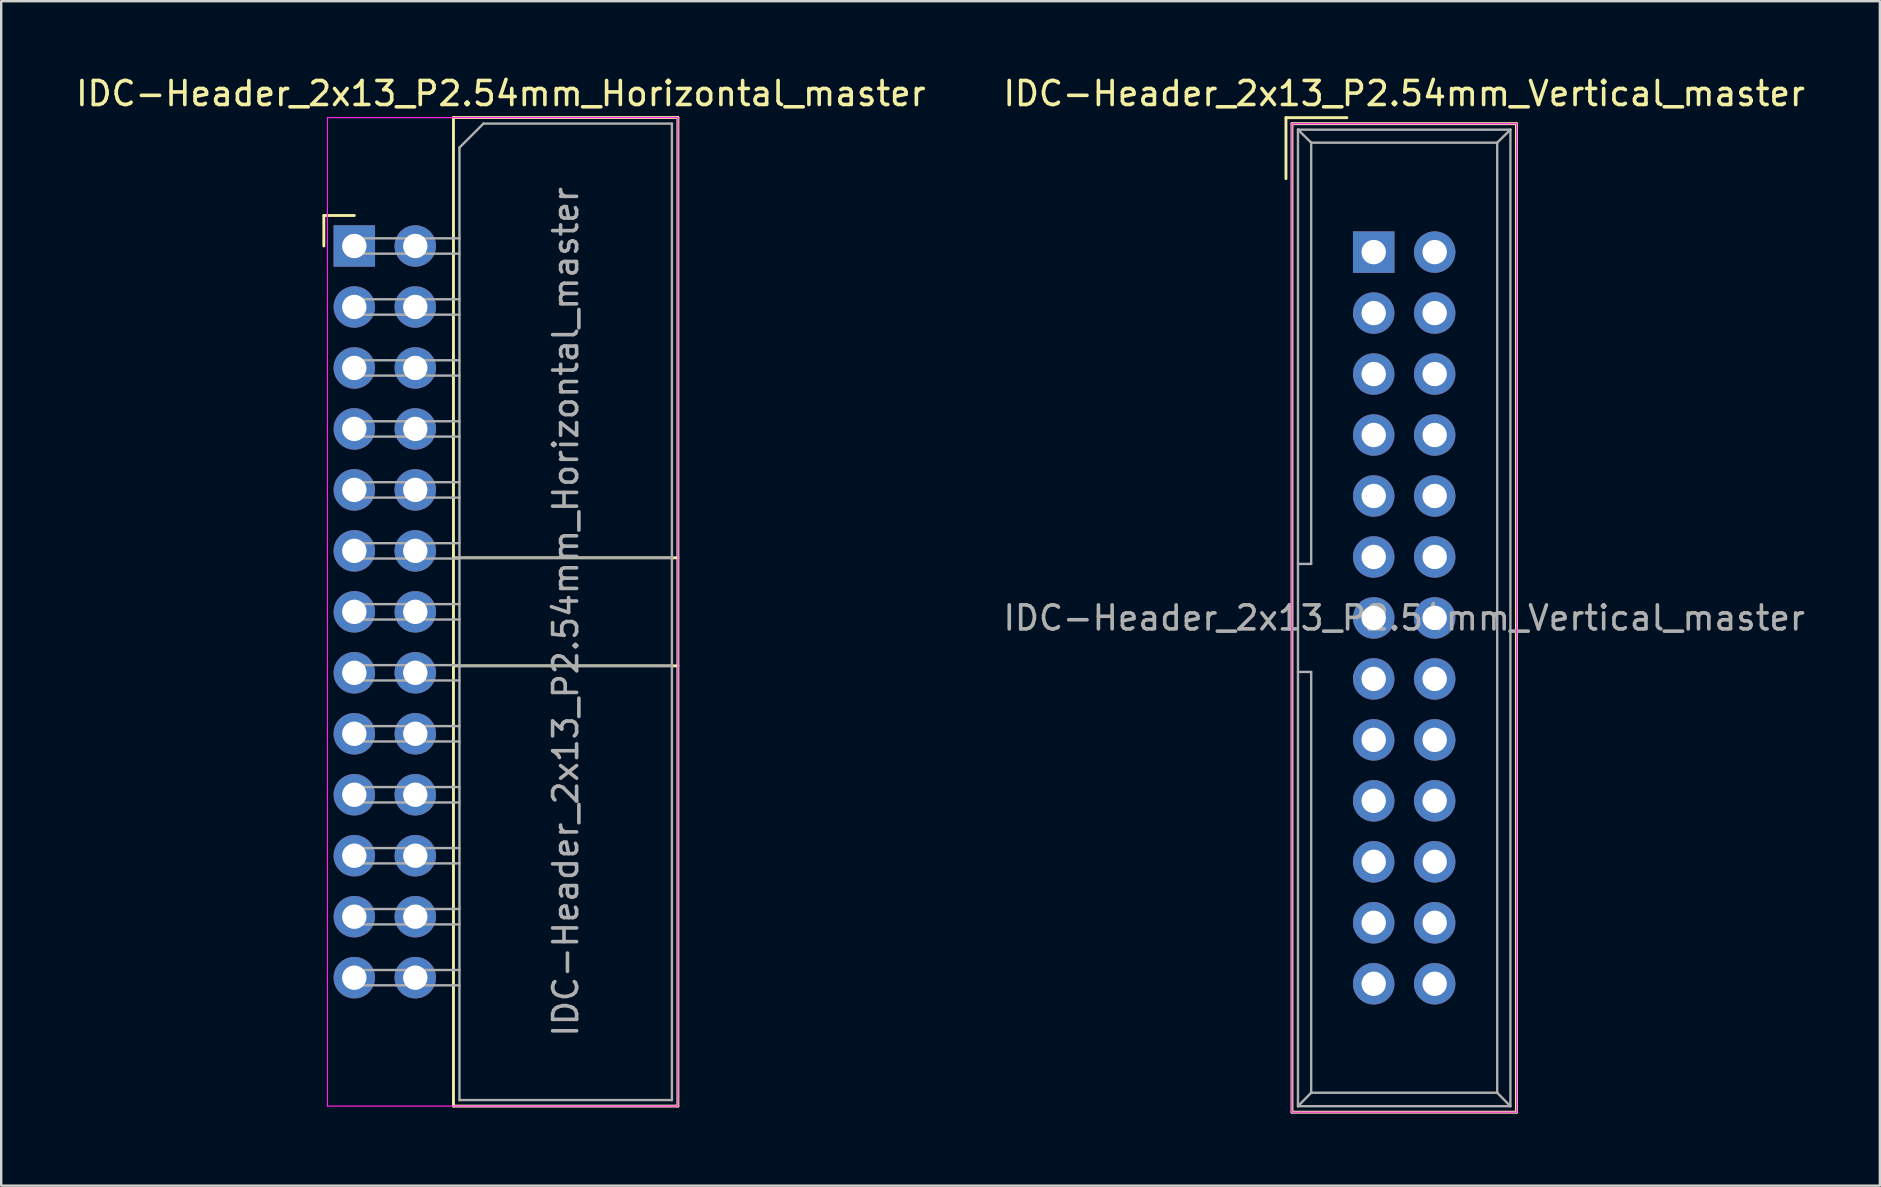
<source format=kicad_pcb>
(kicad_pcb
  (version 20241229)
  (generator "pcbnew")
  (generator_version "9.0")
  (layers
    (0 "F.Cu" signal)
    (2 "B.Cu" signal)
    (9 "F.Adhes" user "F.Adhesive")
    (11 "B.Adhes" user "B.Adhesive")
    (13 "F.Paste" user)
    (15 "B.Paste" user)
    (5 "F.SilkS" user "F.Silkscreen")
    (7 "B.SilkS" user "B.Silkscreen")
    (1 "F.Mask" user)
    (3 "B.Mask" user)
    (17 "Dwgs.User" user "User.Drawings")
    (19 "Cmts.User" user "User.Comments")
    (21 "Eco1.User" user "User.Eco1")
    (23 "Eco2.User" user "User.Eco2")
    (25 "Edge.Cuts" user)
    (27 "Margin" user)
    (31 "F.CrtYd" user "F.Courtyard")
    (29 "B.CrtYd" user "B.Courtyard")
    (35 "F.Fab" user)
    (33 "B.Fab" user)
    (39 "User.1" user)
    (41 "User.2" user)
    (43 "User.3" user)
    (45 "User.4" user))
  (footprint "IDC-Header_2x13_P2.54mm_Horizontal_master"
    (layer "F.Cu")
    (at 11.71 7.198)
    (property "Reference" "IDC-Header_2x13_P2.54mm_Horizontal_master" (at 6.105 -6.35 0) (layer "F.SilkS") (effects (font (size 1 1) (thickness 0.15))))
    (attr through_hole)
    (fp_line (start -1.27 -1.27) (end -1.27 0) (stroke (width 0.12) (type solid)) (layer "F.SilkS"))
    (fp_line (start 0 -1.27) (end -1.27 -1.27) (stroke (width 0.12) (type solid)) (layer "F.SilkS"))
    (fp_line (start 4.13 -5.35) (end 13.48 -5.35) (stroke (width 0.12) (type solid)) (layer "F.SilkS"))
    (fp_line (start 4.13 12.99) (end 13.48 12.99) (stroke (width 0.12) (type solid)) (layer "F.SilkS"))
    (fp_line (start 4.13 17.49) (end 13.48 17.49) (stroke (width 0.12) (type solid)) (layer "F.SilkS"))
    (fp_line (start 4.13 35.83) (end 4.13 -5.35) (stroke (width 0.12) (type solid)) (layer "F.SilkS"))
    (fp_line (start 4.13 35.83) (end 13.48 35.83) (stroke (width 0.12) (type solid)) (layer "F.SilkS"))
    (fp_line (start 13.48 -5.35) (end 13.48 35.83) (stroke (width 0.12) (type solid)) (layer "F.SilkS"))
    (fp_line (start -1.12 -5.35) (end 13.48 -5.35) (stroke (width 0.05) (type solid)) (layer "F.CrtYd"))
    (fp_line (start -1.12 35.83) (end -1.12 -5.35) (stroke (width 0.05) (type solid)) (layer "F.CrtYd"))
    (fp_line (start 13.48 -5.35) (end 13.48 35.83) (stroke (width 0.05) (type solid)) (layer "F.CrtYd"))
    (fp_line (start 13.48 35.83) (end -1.12 35.83) (stroke (width 0.05) (type solid)) (layer "F.CrtYd"))
    (fp_line (start -0.32 -0.32) (end -0.32 0.32) (stroke (width 0.1) (type solid)) (layer "F.Fab"))
    (fp_line (start -0.32 0.32) (end 4.38 0.32) (stroke (width 0.1) (type solid)) (layer "F.Fab"))
    (fp_line (start -0.32 2.22) (end -0.32 2.86) (stroke (width 0.1) (type solid)) (layer "F.Fab"))
    (fp_line (start -0.32 2.86) (end 4.38 2.86) (stroke (width 0.1) (type solid)) (layer "F.Fab"))
    (fp_line (start -0.32 4.76) (end -0.32 5.4) (stroke (width 0.1) (type solid)) (layer "F.Fab"))
    (fp_line (start -0.32 5.4) (end 4.38 5.4) (stroke (width 0.1) (type solid)) (layer "F.Fab"))
    (fp_line (start -0.32 7.3) (end -0.32 7.94) (stroke (width 0.1) (type solid)) (layer "F.Fab"))
    (fp_line (start -0.32 7.94) (end 4.38 7.94) (stroke (width 0.1) (type solid)) (layer "F.Fab"))
    (fp_line (start -0.32 9.84) (end -0.32 10.48) (stroke (width 0.1) (type solid)) (layer "F.Fab"))
    (fp_line (start -0.32 10.48) (end 4.38 10.48) (stroke (width 0.1) (type solid)) (layer "F.Fab"))
    (fp_line (start -0.32 12.38) (end -0.32 13.02) (stroke (width 0.1) (type solid)) (layer "F.Fab"))
    (fp_line (start -0.32 13.02) (end 4.38 13.02) (stroke (width 0.1) (type solid)) (layer "F.Fab"))
    (fp_line (start -0.32 14.92) (end -0.32 15.56) (stroke (width 0.1) (type solid)) (layer "F.Fab"))
    (fp_line (start -0.32 15.56) (end 4.38 15.56) (stroke (width 0.1) (type solid)) (layer "F.Fab"))
    (fp_line (start -0.32 17.46) (end -0.32 18.1) (stroke (width 0.1) (type solid)) (layer "F.Fab"))
    (fp_line (start -0.32 18.1) (end 4.38 18.1) (stroke (width 0.1) (type solid)) (layer "F.Fab"))
    (fp_line (start -0.32 20) (end -0.32 20.64) (stroke (width 0.1) (type solid)) (layer "F.Fab"))
    (fp_line (start -0.32 20.64) (end 4.38 20.64) (stroke (width 0.1) (type solid)) (layer "F.Fab"))
    (fp_line (start -0.32 22.54) (end -0.32 23.18) (stroke (width 0.1) (type solid)) (layer "F.Fab"))
    (fp_line (start -0.32 23.18) (end 4.38 23.18) (stroke (width 0.1) (type solid)) (layer "F.Fab"))
    (fp_line (start -0.32 25.08) (end -0.32 25.72) (stroke (width 0.1) (type solid)) (layer "F.Fab"))
    (fp_line (start -0.32 25.72) (end 4.38 25.72) (stroke (width 0.1) (type solid)) (layer "F.Fab"))
    (fp_line (start -0.32 27.62) (end -0.32 28.26) (stroke (width 0.1) (type solid)) (layer "F.Fab"))
    (fp_line (start -0.32 28.26) (end 4.38 28.26) (stroke (width 0.1) (type solid)) (layer "F.Fab"))
    (fp_line (start -0.32 30.16) (end -0.32 30.8) (stroke (width 0.1) (type solid)) (layer "F.Fab"))
    (fp_line (start -0.32 30.8) (end 4.38 30.8) (stroke (width 0.1) (type solid)) (layer "F.Fab"))
    (fp_line (start 4.38 -4.1) (end 5.38 -5.1) (stroke (width 0.1) (type solid)) (layer "F.Fab"))
    (fp_line (start 4.38 -0.32) (end -0.32 -0.32) (stroke (width 0.1) (type solid)) (layer "F.Fab"))
    (fp_line (start 4.38 2.22) (end -0.32 2.22) (stroke (width 0.1) (type solid)) (layer "F.Fab"))
    (fp_line (start 4.38 4.76) (end -0.32 4.76) (stroke (width 0.1) (type solid)) (layer "F.Fab"))
    (fp_line (start 4.38 7.3) (end -0.32 7.3) (stroke (width 0.1) (type solid)) (layer "F.Fab"))
    (fp_line (start 4.38 9.84) (end -0.32 9.84) (stroke (width 0.1) (type solid)) (layer "F.Fab"))
    (fp_line (start 4.38 12.38) (end -0.32 12.38) (stroke (width 0.1) (type solid)) (layer "F.Fab"))
    (fp_line (start 4.38 12.99) (end 13.23 12.99) (stroke (width 0.1) (type solid)) (layer "F.Fab"))
    (fp_line (start 4.38 14.92) (end -0.32 14.92) (stroke (width 0.1) (type solid)) (layer "F.Fab"))
    (fp_line (start 4.38 17.46) (end -0.32 17.46) (stroke (width 0.1) (type solid)) (layer "F.Fab"))
    (fp_line (start 4.38 17.49) (end 13.23 17.49) (stroke (width 0.1) (type solid)) (layer "F.Fab"))
    (fp_line (start 4.38 20) (end -0.32 20) (stroke (width 0.1) (type solid)) (layer "F.Fab"))
    (fp_line (start 4.38 22.54) (end -0.32 22.54) (stroke (width 0.1) (type solid)) (layer "F.Fab"))
    (fp_line (start 4.38 25.08) (end -0.32 25.08) (stroke (width 0.1) (type solid)) (layer "F.Fab"))
    (fp_line (start 4.38 27.62) (end -0.32 27.62) (stroke (width 0.1) (type solid)) (layer "F.Fab"))
    (fp_line (start 4.38 30.16) (end -0.32 30.16) (stroke (width 0.1) (type solid)) (layer "F.Fab"))
    (fp_line (start 4.38 35.58) (end 4.38 -4.1) (stroke (width 0.1) (type solid)) (layer "F.Fab"))
    (fp_line (start 4.38 35.58) (end 13.23 35.58) (stroke (width 0.1) (type solid)) (layer "F.Fab"))
    (fp_line (start 5.38 -5.1) (end 13.23 -5.1) (stroke (width 0.1) (type solid)) (layer "F.Fab"))
    (fp_line (start 13.23 35.58) (end 13.23 -5.1) (stroke (width 0.1) (type solid)) (layer "F.Fab"))
    (fp_text user "${REFERENCE}" (at 8.805 15.24 90) (layer "F.Fab") (effects (font (size 1 1) (thickness 0.15))))
    (pad "1" thru_hole rect (at 0 0) (size 1.727 1.727) (drill 1.016) (layers "*.Cu" "*.Mask"))
    (pad "2" thru_hole oval (at 2.54 0) (size 1.727 1.727) (drill 1.016) (layers "*.Cu" "*.Mask"))
    (pad "3" thru_hole oval (at 0 2.54) (size 1.727 1.727) (drill 1.016) (layers "*.Cu" "*.Mask"))
    (pad "4" thru_hole oval (at 2.54 2.54) (size 1.727 1.727) (drill 1.016) (layers "*.Cu" "*.Mask"))
    (pad "5" thru_hole oval (at 0 5.08) (size 1.727 1.727) (drill 1.016) (layers "*.Cu" "*.Mask"))
    (pad "6" thru_hole oval (at 2.54 5.08) (size 1.727 1.727) (drill 1.016) (layers "*.Cu" "*.Mask"))
    (pad "7" thru_hole oval (at 0 7.62) (size 1.727 1.727) (drill 1.016) (layers "*.Cu" "*.Mask"))
    (pad "8" thru_hole oval (at 2.54 7.62) (size 1.727 1.727) (drill 1.016) (layers "*.Cu" "*.Mask"))
    (pad "9" thru_hole oval (at 0 10.16) (size 1.727 1.727) (drill 1.016) (layers "*.Cu" "*.Mask"))
    (pad "10" thru_hole oval (at 2.54 10.16) (size 1.727 1.727) (drill 1.016) (layers "*.Cu" "*.Mask"))
    (pad "11" thru_hole oval (at 0 12.7) (size 1.727 1.727) (drill 1.016) (layers "*.Cu" "*.Mask"))
    (pad "12" thru_hole oval (at 2.54 12.7) (size 1.727 1.727) (drill 1.016) (layers "*.Cu" "*.Mask"))
    (pad "13" thru_hole oval (at 0 15.24) (size 1.727 1.727) (drill 1.016) (layers "*.Cu" "*.Mask"))
    (pad "14" thru_hole oval (at 2.54 15.24) (size 1.727 1.727) (drill 1.016) (layers "*.Cu" "*.Mask"))
    (pad "15" thru_hole oval (at 0 17.78) (size 1.727 1.727) (drill 1.016) (layers "*.Cu" "*.Mask"))
    (pad "16" thru_hole oval (at 2.54 17.78) (size 1.727 1.727) (drill 1.016) (layers "*.Cu" "*.Mask"))
    (pad "17" thru_hole oval (at 0 20.32) (size 1.727 1.727) (drill 1.016) (layers "*.Cu" "*.Mask"))
    (pad "18" thru_hole oval (at 2.54 20.32) (size 1.727 1.727) (drill 1.016) (layers "*.Cu" "*.Mask"))
    (pad "19" thru_hole oval (at 0 22.86) (size 1.727 1.727) (drill 1.016) (layers "*.Cu" "*.Mask"))
    (pad "20" thru_hole oval (at 2.54 22.86) (size 1.727 1.727) (drill 1.016) (layers "*.Cu" "*.Mask"))
    (pad "21" thru_hole oval (at 0 25.4) (size 1.727 1.727) (drill 1.016) (layers "*.Cu" "*.Mask"))
    (pad "22" thru_hole oval (at 2.54 25.4) (size 1.727 1.727) (drill 1.016) (layers "*.Cu" "*.Mask"))
    (pad "23" thru_hole oval (at 0 27.94) (size 1.727 1.727) (drill 1.016) (layers "*.Cu" "*.Mask"))
    (pad "24" thru_hole oval (at 2.54 27.94) (size 1.727 1.727) (drill 1.016) (layers "*.Cu" "*.Mask"))
    (pad "25" thru_hole oval (at 0 30.48) (size 1.727 1.727) (drill 1.016) (layers "*.Cu" "*.Mask"))
    (pad "26" thru_hole oval (at 2.54 30.48) (size 1.727 1.727) (drill 1.016) (layers "*.Cu" "*.Mask")))
  (footprint "IDC-Header_2x13_P2.54mm_Vertical_master"
    (layer "F.Cu")
    (at 54.176 7.452)
    (property "Reference" "IDC-Header_2x13_P2.54mm_Vertical_master" (at 1.27 -6.604 0) (layer "F.SilkS") (effects (font (size 1 1) (thickness 0.15))))
    (attr through_hole)
    (fp_line (start -3.655 -5.6) (end -3.655 -3.06) (stroke (width 0.12) (type solid)) (layer "F.SilkS"))
    (fp_line (start -3.655 -5.6) (end -1.115 -5.6) (stroke (width 0.12) (type solid)) (layer "F.SilkS"))
    (fp_line (start -3.405 -5.35) (end 5.945 -5.35) (stroke (width 0.12) (type solid)) (layer "F.SilkS"))
    (fp_line (start -3.405 35.83) (end -3.405 -5.35) (stroke (width 0.12) (type solid)) (layer "F.SilkS"))
    (fp_line (start 5.945 -5.35) (end 5.945 35.83) (stroke (width 0.12) (type solid)) (layer "F.SilkS"))
    (fp_line (start 5.945 35.83) (end -3.405 35.83) (stroke (width 0.12) (type solid)) (layer "F.SilkS"))
    (fp_line (start -3.41 -5.35) (end 5.95 -5.35) (stroke (width 0.05) (type solid)) (layer "F.CrtYd"))
    (fp_line (start -3.41 35.83) (end -3.41 -5.35) (stroke (width 0.05) (type solid)) (layer "F.CrtYd"))
    (fp_line (start 5.95 -5.35) (end 5.95 35.83) (stroke (width 0.05) (type solid)) (layer "F.CrtYd"))
    (fp_line (start 5.95 35.83) (end -3.41 35.83) (stroke (width 0.05) (type solid)) (layer "F.CrtYd"))
    (fp_line (start -3.155 -5.1) (end -3.155 35.58) (stroke (width 0.1) (type solid)) (layer "F.Fab"))
    (fp_line (start -3.155 -5.1) (end -2.605 -4.56) (stroke (width 0.1) (type solid)) (layer "F.Fab"))
    (fp_line (start -3.155 35.58) (end -2.605 35.02) (stroke (width 0.1) (type solid)) (layer "F.Fab"))
    (fp_line (start -2.605 -4.56) (end -2.605 12.99) (stroke (width 0.1) (type solid)) (layer "F.Fab"))
    (fp_line (start -2.605 12.99) (end -3.155 12.99) (stroke (width 0.1) (type solid)) (layer "F.Fab"))
    (fp_line (start -2.605 17.49) (end -3.155 17.49) (stroke (width 0.1) (type solid)) (layer "F.Fab"))
    (fp_line (start -2.605 17.49) (end -2.605 35.02) (stroke (width 0.1) (type solid)) (layer "F.Fab"))
    (fp_line (start 5.145 -4.56) (end -2.605 -4.56) (stroke (width 0.1) (type solid)) (layer "F.Fab"))
    (fp_line (start 5.145 -4.56) (end 5.145 35.02) (stroke (width 0.1) (type solid)) (layer "F.Fab"))
    (fp_line (start 5.145 35.02) (end -2.605 35.02) (stroke (width 0.1) (type solid)) (layer "F.Fab"))
    (fp_line (start 5.695 -5.1) (end -3.155 -5.1) (stroke (width 0.1) (type solid)) (layer "F.Fab"))
    (fp_line (start 5.695 -5.1) (end 5.145 -4.56) (stroke (width 0.1) (type solid)) (layer "F.Fab"))
    (fp_line (start 5.695 -5.1) (end 5.695 35.58) (stroke (width 0.1) (type solid)) (layer "F.Fab"))
    (fp_line (start 5.695 35.58) (end -3.155 35.58) (stroke (width 0.1) (type solid)) (layer "F.Fab"))
    (fp_line (start 5.695 35.58) (end 5.145 35.02) (stroke (width 0.1) (type solid)) (layer "F.Fab"))
    (fp_text user "${REFERENCE}" (at 1.27 15.24 0) (layer "F.Fab") (effects (font (size 1 1) (thickness 0.15))))
    (pad "1" thru_hole rect (at 0 0) (size 1.727 1.727) (drill 1.016) (layers "*.Cu" "*.Mask"))
    (pad "2" thru_hole oval (at 2.54 0) (size 1.727 1.727) (drill 1.016) (layers "*.Cu" "*.Mask"))
    (pad "3" thru_hole oval (at 0 2.54) (size 1.727 1.727) (drill 1.016) (layers "*.Cu" "*.Mask"))
    (pad "4" thru_hole oval (at 2.54 2.54) (size 1.727 1.727) (drill 1.016) (layers "*.Cu" "*.Mask"))
    (pad "5" thru_hole oval (at 0 5.08) (size 1.727 1.727) (drill 1.016) (layers "*.Cu" "*.Mask"))
    (pad "6" thru_hole oval (at 2.54 5.08) (size 1.727 1.727) (drill 1.016) (layers "*.Cu" "*.Mask"))
    (pad "7" thru_hole oval (at 0 7.62) (size 1.727 1.727) (drill 1.016) (layers "*.Cu" "*.Mask"))
    (pad "8" thru_hole oval (at 2.54 7.62) (size 1.727 1.727) (drill 1.016) (layers "*.Cu" "*.Mask"))
    (pad "9" thru_hole oval (at 0 10.16) (size 1.727 1.727) (drill 1.016) (layers "*.Cu" "*.Mask"))
    (pad "10" thru_hole oval (at 2.54 10.16) (size 1.727 1.727) (drill 1.016) (layers "*.Cu" "*.Mask"))
    (pad "11" thru_hole oval (at 0 12.7) (size 1.727 1.727) (drill 1.016) (layers "*.Cu" "*.Mask"))
    (pad "12" thru_hole oval (at 2.54 12.7) (size 1.727 1.727) (drill 1.016) (layers "*.Cu" "*.Mask"))
    (pad "13" thru_hole oval (at 0 15.24) (size 1.727 1.727) (drill 1.016) (layers "*.Cu" "*.Mask"))
    (pad "14" thru_hole oval (at 2.54 15.24) (size 1.727 1.727) (drill 1.016) (layers "*.Cu" "*.Mask"))
    (pad "15" thru_hole oval (at 0 17.78) (size 1.727 1.727) (drill 1.016) (layers "*.Cu" "*.Mask"))
    (pad "16" thru_hole oval (at 2.54 17.78) (size 1.727 1.727) (drill 1.016) (layers "*.Cu" "*.Mask"))
    (pad "17" thru_hole oval (at 0 20.32) (size 1.727 1.727) (drill 1.016) (layers "*.Cu" "*.Mask"))
    (pad "18" thru_hole oval (at 2.54 20.32) (size 1.727 1.727) (drill 1.016) (layers "*.Cu" "*.Mask"))
    (pad "19" thru_hole oval (at 0 22.86) (size 1.727 1.727) (drill 1.016) (layers "*.Cu" "*.Mask"))
    (pad "20" thru_hole oval (at 2.54 22.86) (size 1.727 1.727) (drill 1.016) (layers "*.Cu" "*.Mask"))
    (pad "21" thru_hole oval (at 0 25.4) (size 1.727 1.727) (drill 1.016) (layers "*.Cu" "*.Mask"))
    (pad "22" thru_hole oval (at 2.54 25.4) (size 1.727 1.727) (drill 1.016) (layers "*.Cu" "*.Mask"))
    (pad "23" thru_hole oval (at 0 27.94) (size 1.727 1.727) (drill 1.016) (layers "*.Cu" "*.Mask"))
    (pad "24" thru_hole oval (at 2.54 27.94) (size 1.727 1.727) (drill 1.016) (layers "*.Cu" "*.Mask"))
    (pad "25" thru_hole oval (at 0 30.48) (size 1.727 1.727) (drill 1.016) (layers "*.Cu" "*.Mask"))
    (pad "26" thru_hole oval (at 2.54 30.48) (size 1.727 1.727) (drill 1.016) (layers "*.Cu" "*.Mask")))
  (gr_rect
    (start -3 -3)
    (end 75.262 46.342)
    (stroke (width 0.1) (type default))
    (fill no)
    (layer "Edge.Cuts")))
</source>
